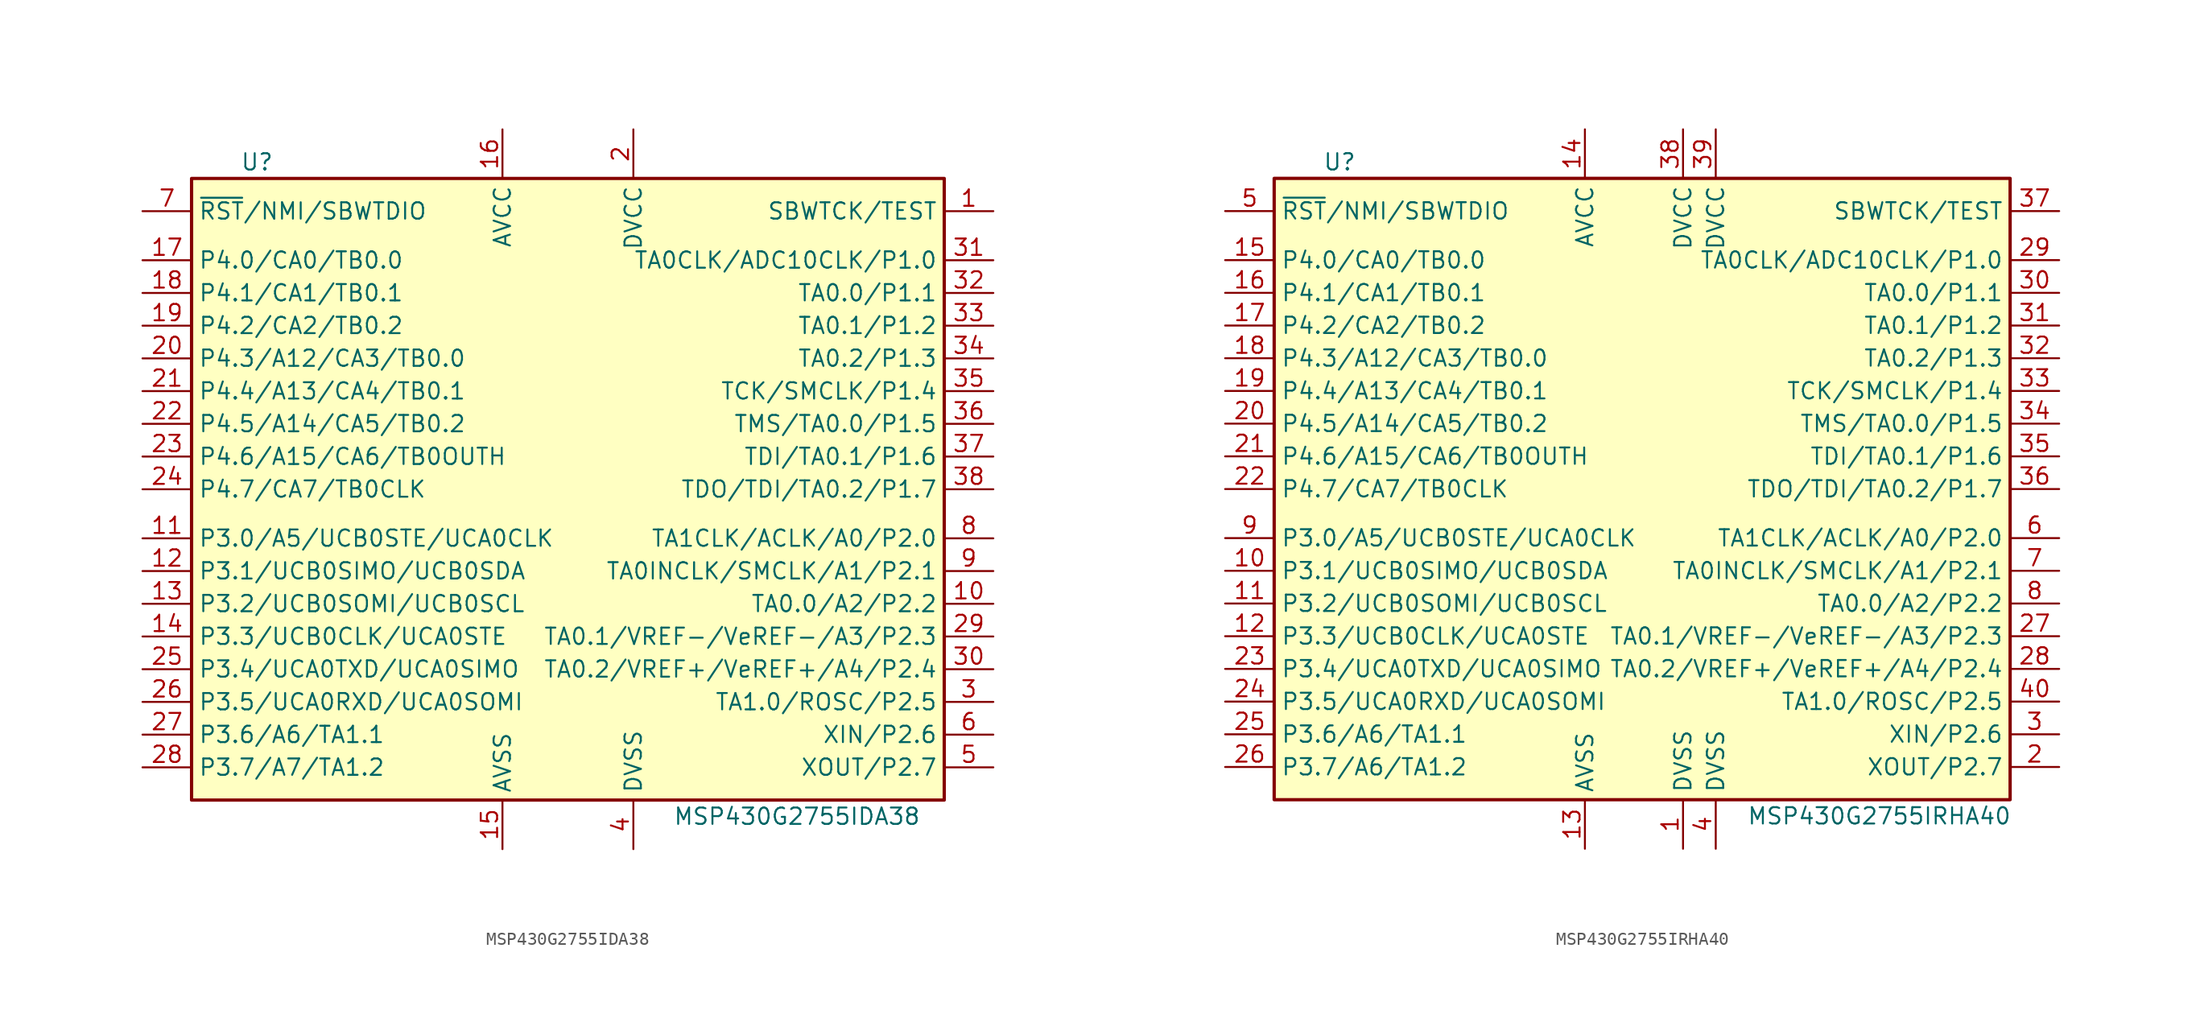
<source format=kicad_sym>
(kicad_symbol_lib
  (version 20241209)
  (generator "kicad_symbol_editor")
  (generator_version "9.0")
  (symbol "MSP430G2755IDA38"
    (property "Reference" "U"
      (at -24.13 25.4 0)
      (effects (font (size 1.27 1.27))))
    (property "Value" "MSP430G2755IDA38"
      (at 17.78 -25.4 0)
      (effects (font (size 1.27 1.27))))
    (symbol "MSP430G2755IDA38_0_1"
      (rectangle (start -29.21 24.13) (end 29.21 -24.13) (stroke (width 0.254) (type default)) (fill (type background))))
    (symbol "MSP430G2755IDA38_1_1"
      (pin input line (at -33.02 21.59 0) (length 3.81) (name "~{RST}/NMI/SBWTDIO" (effects (font (size 1.27 1.27)))) (number "7" (effects (font (size 1.27 1.27)))))
      (pin bidirectional line (at -33.02 17.78 0) (length 3.81) (name "P4.0/CA0/TB0.0" (effects (font (size 1.27 1.27)))) (number "17" (effects (font (size 1.27 1.27)))))
      (pin bidirectional line (at -33.02 15.24 0) (length 3.81) (name "P4.1/CA1/TB0.1" (effects (font (size 1.27 1.27)))) (number "18" (effects (font (size 1.27 1.27)))))
      (pin bidirectional line (at -33.02 12.7 0) (length 3.81) (name "P4.2/CA2/TB0.2" (effects (font (size 1.27 1.27)))) (number "19" (effects (font (size 1.27 1.27)))))
      (pin bidirectional line (at -33.02 10.16 0) (length 3.81) (name "P4.3/A12/CA3/TB0.0" (effects (font (size 1.27 1.27)))) (number "20" (effects (font (size 1.27 1.27)))))
      (pin bidirectional line (at -33.02 7.62 0) (length 3.81) (name "P4.4/A13/CA4/TB0.1" (effects (font (size 1.27 1.27)))) (number "21" (effects (font (size 1.27 1.27)))))
      (pin bidirectional line (at -33.02 5.08 0) (length 3.81) (name "P4.5/A14/CA5/TB0.2" (effects (font (size 1.27 1.27)))) (number "22" (effects (font (size 1.27 1.27)))))
      (pin bidirectional line (at -33.02 2.54 0) (length 3.81) (name "P4.6/A15/CA6/TB0OUTH" (effects (font (size 1.27 1.27)))) (number "23" (effects (font (size 1.27 1.27)))))
      (pin bidirectional line (at -33.02 0 0) (length 3.81) (name "P4.7/CA7/TB0CLK" (effects (font (size 1.27 1.27)))) (number "24" (effects (font (size 1.27 1.27)))))
      (pin bidirectional line (at -33.02 -3.81 0) (length 3.81) (name "P3.0/A5/UCB0STE/UCA0CLK" (effects (font (size 1.27 1.27)))) (number "11" (effects (font (size 1.27 1.27)))))
      (pin bidirectional line (at -33.02 -6.35 0) (length 3.81) (name "P3.1/UCB0SIMO/UCB0SDA" (effects (font (size 1.27 1.27)))) (number "12" (effects (font (size 1.27 1.27)))))
      (pin bidirectional line (at -33.02 -8.89 0) (length 3.81) (name "P3.2/UCB0SOMI/UCB0SCL" (effects (font (size 1.27 1.27)))) (number "13" (effects (font (size 1.27 1.27)))))
      (pin bidirectional line (at -33.02 -11.43 0) (length 3.81) (name "P3.3/UCB0CLK/UCA0STE" (effects (font (size 1.27 1.27)))) (number "14" (effects (font (size 1.27 1.27)))))
      (pin bidirectional line (at -33.02 -13.97 0) (length 3.81) (name "P3.4/UCA0TXD/UCA0SIMO" (effects (font (size 1.27 1.27)))) (number "25" (effects (font (size 1.27 1.27)))))
      (pin bidirectional line (at -33.02 -16.51 0) (length 3.81) (name "P3.5/UCA0RXD/UCA0SOMI" (effects (font (size 1.27 1.27)))) (number "26" (effects (font (size 1.27 1.27)))))
      (pin bidirectional line (at -33.02 -19.05 0) (length 3.81) (name "P3.6/A6/TA1.1" (effects (font (size 1.27 1.27)))) (number "27" (effects (font (size 1.27 1.27)))))
      (pin bidirectional line (at -33.02 -21.59 0) (length 3.81) (name "P3.7/A7/TA1.2" (effects (font (size 1.27 1.27)))) (number "28" (effects (font (size 1.27 1.27)))))
      (pin power_in line (at -5.08 27.94 270) (length 3.81) (name "AVCC" (effects (font (size 1.27 1.27)))) (number "16" (effects (font (size 1.27 1.27)))))
      (pin power_in line (at -5.08 -27.94 90) (length 3.81) (name "AVSS" (effects (font (size 1.27 1.27)))) (number "15" (effects (font (size 1.27 1.27)))))
      (pin power_in line (at 5.08 27.94 270) (length 3.81) (name "DVCC" (effects (font (size 1.27 1.27)))) (number "2" (effects (font (size 1.27 1.27)))))
      (pin power_in line (at 5.08 -27.94 90) (length 3.81) (name "DVSS" (effects (font (size 1.27 1.27)))) (number "4" (effects (font (size 1.27 1.27)))))
      (pin input line (at 33.02 21.59 180) (length 3.81) (name "SBWTCK/TEST" (effects (font (size 1.27 1.27)))) (number "1" (effects (font (size 1.27 1.27)))))
      (pin bidirectional line (at 33.02 17.78 180) (length 3.81) (name "TA0CLK/ADC10CLK/P1.0" (effects (font (size 1.27 1.27)))) (number "31" (effects (font (size 1.27 1.27)))))
      (pin bidirectional line (at 33.02 15.24 180) (length 3.81) (name "TA0.0/P1.1" (effects (font (size 1.27 1.27)))) (number "32" (effects (font (size 1.27 1.27)))))
      (pin bidirectional line (at 33.02 12.7 180) (length 3.81) (name "TA0.1/P1.2" (effects (font (size 1.27 1.27)))) (number "33" (effects (font (size 1.27 1.27)))))
      (pin bidirectional line (at 33.02 10.16 180) (length 3.81) (name "TA0.2/P1.3" (effects (font (size 1.27 1.27)))) (number "34" (effects (font (size 1.27 1.27)))))
      (pin bidirectional line (at 33.02 7.62 180) (length 3.81) (name "TCK/SMCLK/P1.4" (effects (font (size 1.27 1.27)))) (number "35" (effects (font (size 1.27 1.27)))))
      (pin bidirectional line (at 33.02 5.08 180) (length 3.81) (name "TMS/TA0.0/P1.5" (effects (font (size 1.27 1.27)))) (number "36" (effects (font (size 1.27 1.27)))))
      (pin bidirectional line (at 33.02 2.54 180) (length 3.81) (name "TDI/TA0.1/P1.6" (effects (font (size 1.27 1.27)))) (number "37" (effects (font (size 1.27 1.27)))))
      (pin bidirectional line (at 33.02 0 180) (length 3.81) (name "TDO/TDI/TA0.2/P1.7" (effects (font (size 1.27 1.27)))) (number "38" (effects (font (size 1.27 1.27)))))
      (pin bidirectional line (at 33.02 -3.81 180) (length 3.81) (name "TA1CLK/ACLK/A0/P2.0" (effects (font (size 1.27 1.27)))) (number "8" (effects (font (size 1.27 1.27)))))
      (pin bidirectional line (at 33.02 -6.35 180) (length 3.81) (name "TA0INCLK/SMCLK/A1/P2.1" (effects (font (size 1.27 1.27)))) (number "9" (effects (font (size 1.27 1.27)))))
      (pin bidirectional line (at 33.02 -8.89 180) (length 3.81) (name "TA0.0/A2/P2.2" (effects (font (size 1.27 1.27)))) (number "10" (effects (font (size 1.27 1.27)))))
      (pin bidirectional line (at 33.02 -11.43 180) (length 3.81) (name "TA0.1/VREF-/VeREF-/A3/P2.3" (effects (font (size 1.27 1.27)))) (number "29" (effects (font (size 1.27 1.27)))))
      (pin bidirectional line (at 33.02 -13.97 180) (length 3.81) (name "TA0.2/VREF+/VeREF+/A4/P2.4" (effects (font (size 1.27 1.27)))) (number "30" (effects (font (size 1.27 1.27)))))
      (pin bidirectional line (at 33.02 -16.51 180) (length 3.81) (name "TA1.0/ROSC/P2.5" (effects (font (size 1.27 1.27)))) (number "3" (effects (font (size 1.27 1.27)))))
      (pin bidirectional line (at 33.02 -19.05 180) (length 3.81) (name "XIN/P2.6" (effects (font (size 1.27 1.27)))) (number "6" (effects (font (size 1.27 1.27)))))
      (pin bidirectional line (at 33.02 -21.59 180) (length 3.81) (name "XOUT/P2.7" (effects (font (size 1.27 1.27)))) (number "5" (effects (font (size 1.27 1.27)))))))
  (symbol "MSP430G2755IRHA40"
    (property "Reference" "U"
      (at -24.13 25.4 0)
      (effects (font (size 1.27 1.27))))
    (property "Value" "MSP430G2755IRHA40"
      (at 17.78 -25.4 0)
      (effects (font (size 1.27 1.27))))
    (symbol "MSP430G2755IRHA40_0_1"
      (rectangle (start -29.21 24.13) (end 27.94 -24.13) (stroke (width 0.254) (type default)) (fill (type background))))
    (symbol "MSP430G2755IRHA40_1_1"
      (pin input line (at -33.02 21.59 0) (length 3.81) (name "~{RST}/NMI/SBWTDIO" (effects (font (size 1.27 1.27)))) (number "5" (effects (font (size 1.27 1.27)))))
      (pin bidirectional line (at -33.02 17.78 0) (length 3.81) (name "P4.0/CA0/TB0.0" (effects (font (size 1.27 1.27)))) (number "15" (effects (font (size 1.27 1.27)))))
      (pin bidirectional line (at -33.02 15.24 0) (length 3.81) (name "P4.1/CA1/TB0.1" (effects (font (size 1.27 1.27)))) (number "16" (effects (font (size 1.27 1.27)))))
      (pin bidirectional line (at -33.02 12.7 0) (length 3.81) (name "P4.2/CA2/TB0.2" (effects (font (size 1.27 1.27)))) (number "17" (effects (font (size 1.27 1.27)))))
      (pin bidirectional line (at -33.02 10.16 0) (length 3.81) (name "P4.3/A12/CA3/TB0.0" (effects (font (size 1.27 1.27)))) (number "18" (effects (font (size 1.27 1.27)))))
      (pin bidirectional line (at -33.02 7.62 0) (length 3.81) (name "P4.4/A13/CA4/TB0.1" (effects (font (size 1.27 1.27)))) (number "19" (effects (font (size 1.27 1.27)))))
      (pin bidirectional line (at -33.02 5.08 0) (length 3.81) (name "P4.5/A14/CA5/TB0.2" (effects (font (size 1.27 1.27)))) (number "20" (effects (font (size 1.27 1.27)))))
      (pin bidirectional line (at -33.02 2.54 0) (length 3.81) (name "P4.6/A15/CA6/TB0OUTH" (effects (font (size 1.27 1.27)))) (number "21" (effects (font (size 1.27 1.27)))))
      (pin bidirectional line (at -33.02 0 0) (length 3.81) (name "P4.7/CA7/TB0CLK" (effects (font (size 1.27 1.27)))) (number "22" (effects (font (size 1.27 1.27)))))
      (pin bidirectional line (at -33.02 -3.81 0) (length 3.81) (name "P3.0/A5/UCB0STE/UCA0CLK" (effects (font (size 1.27 1.27)))) (number "9" (effects (font (size 1.27 1.27)))))
      (pin bidirectional line (at -33.02 -6.35 0) (length 3.81) (name "P3.1/UCB0SIMO/UCB0SDA" (effects (font (size 1.27 1.27)))) (number "10" (effects (font (size 1.27 1.27)))))
      (pin bidirectional line (at -33.02 -8.89 0) (length 3.81) (name "P3.2/UCB0SOMI/UCB0SCL" (effects (font (size 1.27 1.27)))) (number "11" (effects (font (size 1.27 1.27)))))
      (pin bidirectional line (at -33.02 -11.43 0) (length 3.81) (name "P3.3/UCB0CLK/UCA0STE" (effects (font (size 1.27 1.27)))) (number "12" (effects (font (size 1.27 1.27)))))
      (pin bidirectional line (at -33.02 -13.97 0) (length 3.81) (name "P3.4/UCA0TXD/UCA0SIMO" (effects (font (size 1.27 1.27)))) (number "23" (effects (font (size 1.27 1.27)))))
      (pin bidirectional line (at -33.02 -16.51 0) (length 3.81) (name "P3.5/UCA0RXD/UCA0SOMI" (effects (font (size 1.27 1.27)))) (number "24" (effects (font (size 1.27 1.27)))))
      (pin bidirectional line (at -33.02 -19.05 0) (length 3.81) (name "P3.6/A6/TA1.1" (effects (font (size 1.27 1.27)))) (number "25" (effects (font (size 1.27 1.27)))))
      (pin bidirectional line (at -33.02 -21.59 0) (length 3.81) (name "P3.7/A6/TA1.2" (effects (font (size 1.27 1.27)))) (number "26" (effects (font (size 1.27 1.27)))))
      (pin power_in line (at -5.08 27.94 270) (length 3.81) (name "AVCC" (effects (font (size 1.27 1.27)))) (number "14" (effects (font (size 1.27 1.27)))))
      (pin power_in line (at -5.08 -27.94 90) (length 3.81) (name "AVSS" (effects (font (size 1.27 1.27)))) (number "13" (effects (font (size 1.27 1.27)))))
      (pin power_in line (at 2.54 27.94 270) (length 3.81) (name "DVCC" (effects (font (size 1.27 1.27)))) (number "38" (effects (font (size 1.27 1.27)))))
      (pin power_in line (at 2.54 -27.94 90) (length 3.81) (name "DVSS" (effects (font (size 1.27 1.27)))) (number "1" (effects (font (size 1.27 1.27)))))
      (pin power_in line (at 5.08 27.94 270) (length 3.81) (name "DVCC" (effects (font (size 1.27 1.27)))) (number "39" (effects (font (size 1.27 1.27)))))
      (pin power_in line (at 5.08 -27.94 90) (length 3.81) (name "DVSS" (effects (font (size 1.27 1.27)))) (number "4" (effects (font (size 1.27 1.27)))))
      (pin input line (at 31.75 21.59 180) (length 3.81) (name "SBWTCK/TEST" (effects (font (size 1.27 1.27)))) (number "37" (effects (font (size 1.27 1.27)))))
      (pin bidirectional line (at 31.75 17.78 180) (length 3.81) (name "TA0CLK/ADC10CLK/P1.0" (effects (font (size 1.27 1.27)))) (number "29" (effects (font (size 1.27 1.27)))))
      (pin bidirectional line (at 31.75 15.24 180) (length 3.81) (name "TA0.0/P1.1" (effects (font (size 1.27 1.27)))) (number "30" (effects (font (size 1.27 1.27)))))
      (pin bidirectional line (at 31.75 12.7 180) (length 3.81) (name "TA0.1/P1.2" (effects (font (size 1.27 1.27)))) (number "31" (effects (font (size 1.27 1.27)))))
      (pin bidirectional line (at 31.75 10.16 180) (length 3.81) (name "TA0.2/P1.3" (effects (font (size 1.27 1.27)))) (number "32" (effects (font (size 1.27 1.27)))))
      (pin bidirectional line (at 31.75 7.62 180) (length 3.81) (name "TCK/SMCLK/P1.4" (effects (font (size 1.27 1.27)))) (number "33" (effects (font (size 1.27 1.27)))))
      (pin bidirectional line (at 31.75 5.08 180) (length 3.81) (name "TMS/TA0.0/P1.5" (effects (font (size 1.27 1.27)))) (number "34" (effects (font (size 1.27 1.27)))))
      (pin bidirectional line (at 31.75 2.54 180) (length 3.81) (name "TDI/TA0.1/P1.6" (effects (font (size 1.27 1.27)))) (number "35" (effects (font (size 1.27 1.27)))))
      (pin bidirectional line (at 31.75 0 180) (length 3.81) (name "TDO/TDI/TA0.2/P1.7" (effects (font (size 1.27 1.27)))) (number "36" (effects (font (size 1.27 1.27)))))
      (pin bidirectional line (at 31.75 -3.81 180) (length 3.81) (name "TA1CLK/ACLK/A0/P2.0" (effects (font (size 1.27 1.27)))) (number "6" (effects (font (size 1.27 1.27)))))
      (pin bidirectional line (at 31.75 -6.35 180) (length 3.81) (name "TA0INCLK/SMCLK/A1/P2.1" (effects (font (size 1.27 1.27)))) (number "7" (effects (font (size 1.27 1.27)))))
      (pin bidirectional line (at 31.75 -8.89 180) (length 3.81) (name "TA0.0/A2/P2.2" (effects (font (size 1.27 1.27)))) (number "8" (effects (font (size 1.27 1.27)))))
      (pin bidirectional line (at 31.75 -11.43 180) (length 3.81) (name "TA0.1/VREF-/VeREF-/A3/P2.3" (effects (font (size 1.27 1.27)))) (number "27" (effects (font (size 1.27 1.27)))))
      (pin bidirectional line (at 31.75 -13.97 180) (length 3.81) (name "TA0.2/VREF+/VeREF+/A4/P2.4" (effects (font (size 1.27 1.27)))) (number "28" (effects (font (size 1.27 1.27)))))
      (pin bidirectional line (at 31.75 -16.51 180) (length 3.81) (name "TA1.0/ROSC/P2.5" (effects (font (size 1.27 1.27)))) (number "40" (effects (font (size 1.27 1.27)))))
      (pin bidirectional line (at 31.75 -19.05 180) (length 3.81) (name "XIN/P2.6" (effects (font (size 1.27 1.27)))) (number "3" (effects (font (size 1.27 1.27)))))
      (pin bidirectional line (at 31.75 -21.59 180) (length 3.81) (name "XOUT/P2.7" (effects (font (size 1.27 1.27)))) (number "2" (effects (font (size 1.27 1.27))))))))
</source>
